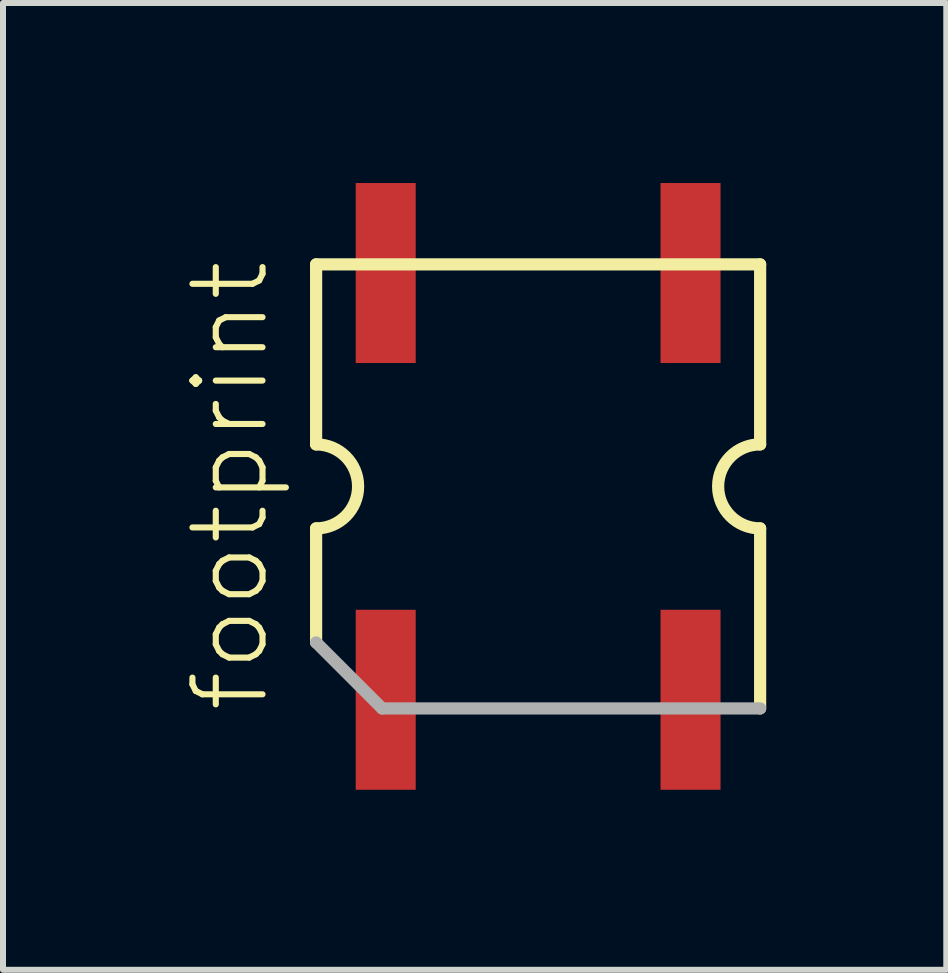
<source format=kicad_pcb>
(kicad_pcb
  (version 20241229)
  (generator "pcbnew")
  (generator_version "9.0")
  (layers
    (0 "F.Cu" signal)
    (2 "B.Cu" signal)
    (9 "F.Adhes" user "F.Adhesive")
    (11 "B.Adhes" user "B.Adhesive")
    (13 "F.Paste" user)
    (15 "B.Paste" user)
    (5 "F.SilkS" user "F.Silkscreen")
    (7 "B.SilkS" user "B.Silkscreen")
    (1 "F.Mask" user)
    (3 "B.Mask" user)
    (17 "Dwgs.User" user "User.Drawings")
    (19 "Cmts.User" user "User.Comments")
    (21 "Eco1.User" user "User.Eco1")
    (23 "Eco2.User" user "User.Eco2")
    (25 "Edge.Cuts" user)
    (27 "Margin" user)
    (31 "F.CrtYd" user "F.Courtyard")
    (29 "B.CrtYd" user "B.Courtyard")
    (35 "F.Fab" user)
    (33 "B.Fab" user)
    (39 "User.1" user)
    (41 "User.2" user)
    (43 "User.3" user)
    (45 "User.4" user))
  (footprint "footprint"
    (layer "F.Cu")
    (at 5.918 5.056)
    (property "Reference" "footprint" (at -4.445 3.81 90) (layer "F.SilkS") (effects (font (size 1.168 1.168) (thickness 0.102)) (justify left bottom)))
    (fp_line (start -3.7 -3.7) (end 3.7 -3.7) (stroke (width 0.203) (type solid)) (layer "F.SilkS"))
    (fp_line (start -3.7 -0.7) (end -3.7 -3.7) (stroke (width 0.203) (type solid)) (layer "F.SilkS"))
    (fp_line (start -3.7 2.6) (end -3.7 0.7) (stroke (width 0.203) (type solid)) (layer "F.SilkS"))
    (fp_line (start 3.7 -3.7) (end 3.7 -0.7) (stroke (width 0.203) (type solid)) (layer "F.SilkS"))
    (fp_line (start 3.7 0.7) (end 3.7 3.7) (stroke (width 0.203) (type solid)) (layer "F.SilkS"))
    (fp_arc (start -3.7 -0.7) (mid -3 0) (end -3.7 0.7) (stroke (width 0.2032) (type solid)) (layer "F.SilkS"))
    (fp_arc (start 3.7 0.7) (mid 3 0) (end 3.7 -0.7) (stroke (width 0.2032) (type solid)) (layer "F.SilkS"))
    (fp_line (start -2.6 3.7) (end -3.7 2.6) (stroke (width 0.203) (type solid)) (layer "F.Fab"))
    (fp_line (start 3.7 3.7) (end -2.6 3.7) (stroke (width 0.203) (type solid)) (layer "F.Fab"))
    (pad "1" smd rect (at -2.54 -3.556) (size 1 3) (layers "F.Cu" "F.Mask" "F.Paste"))
    (pad "2" smd rect (at 2.54 -3.556) (size 1 3) (layers "F.Cu" "F.Mask" "F.Paste"))
    (pad "3" smd rect (at -2.54 3.556) (size 1 3) (layers "F.Cu" "F.Mask" "F.Paste"))
    (pad "4" smd rect (at 2.54 3.556) (size 1 3) (layers "F.Cu" "F.Mask" "F.Paste")))
  (gr_rect
    (start -3 -3)
    (end 12.72 13.112)
    (stroke (width 0.1) (type default))
    (fill no)
    (layer "Edge.Cuts")))
</source>
